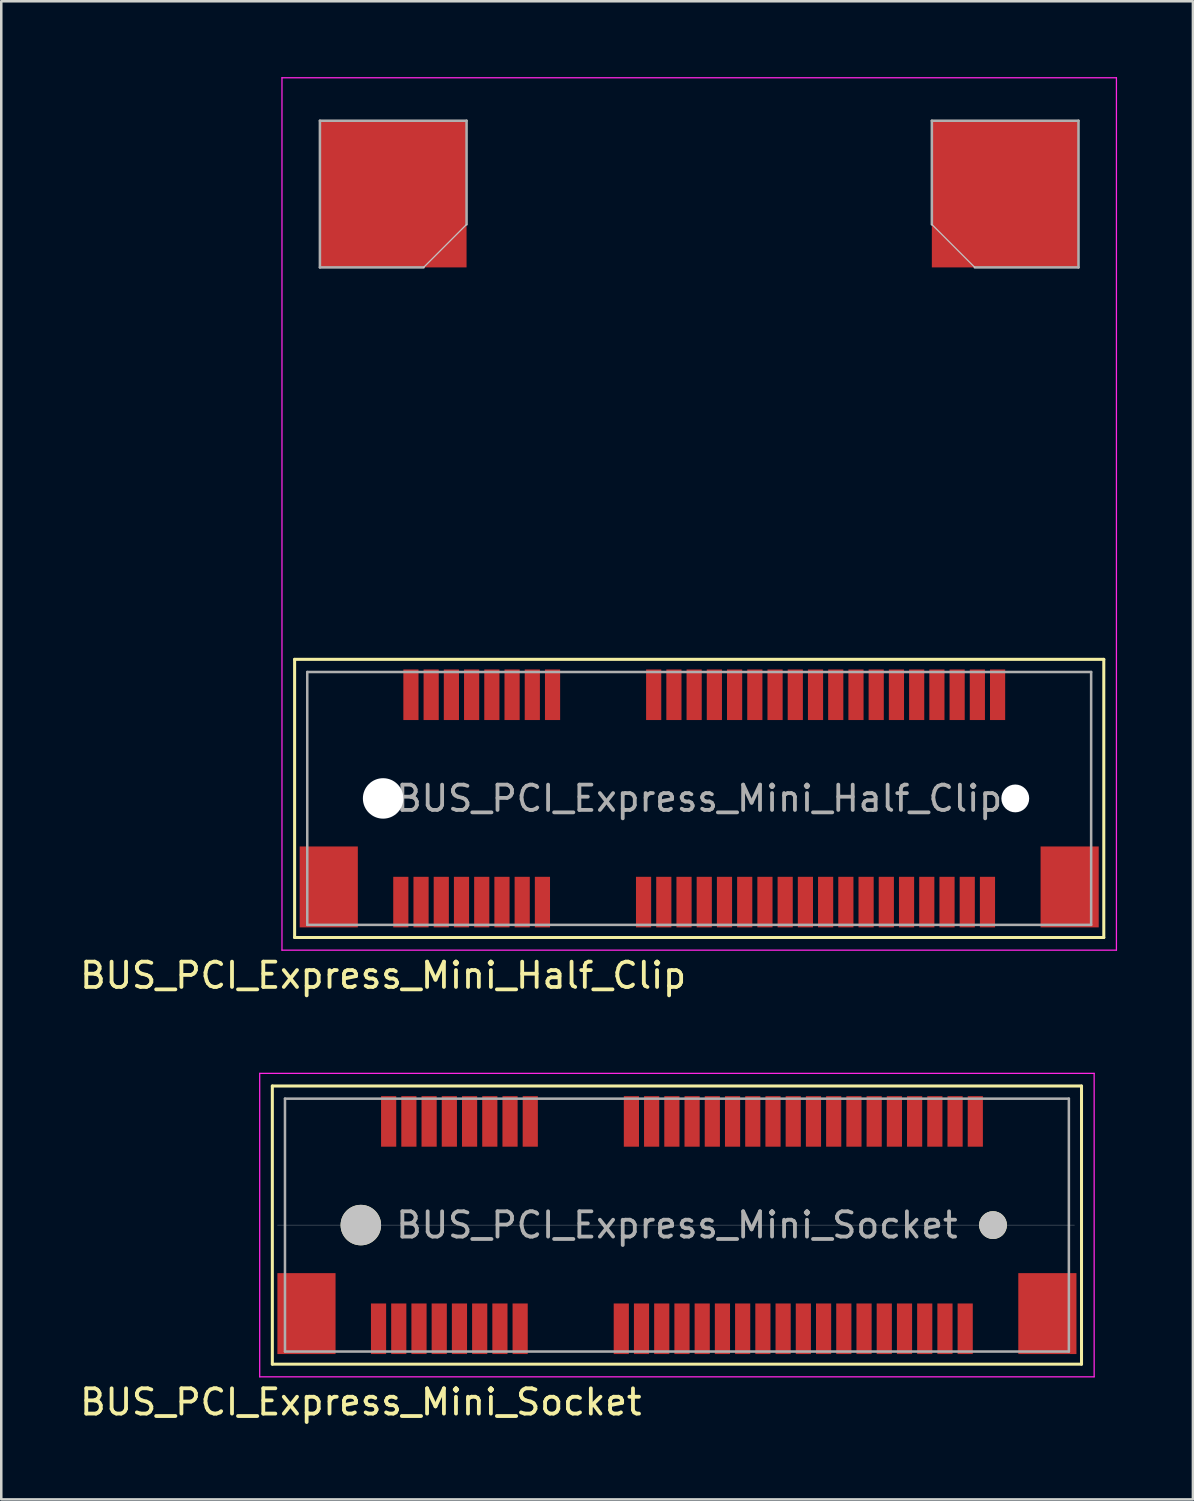
<source format=kicad_pcb>
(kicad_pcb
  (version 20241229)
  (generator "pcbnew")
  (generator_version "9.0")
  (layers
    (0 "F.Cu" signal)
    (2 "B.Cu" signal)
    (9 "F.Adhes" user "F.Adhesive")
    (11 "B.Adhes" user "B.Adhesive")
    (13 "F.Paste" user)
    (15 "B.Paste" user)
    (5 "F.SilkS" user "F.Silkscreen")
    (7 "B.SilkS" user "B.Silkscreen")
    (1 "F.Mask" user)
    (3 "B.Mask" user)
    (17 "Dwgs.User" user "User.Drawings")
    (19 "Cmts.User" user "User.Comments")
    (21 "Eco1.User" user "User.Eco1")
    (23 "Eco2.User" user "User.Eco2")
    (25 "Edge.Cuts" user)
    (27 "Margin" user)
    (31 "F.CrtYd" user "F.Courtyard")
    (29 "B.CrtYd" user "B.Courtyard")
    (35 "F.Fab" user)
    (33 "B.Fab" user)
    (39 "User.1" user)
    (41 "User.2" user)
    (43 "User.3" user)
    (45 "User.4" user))
  (footprint "BUS_PCI_Express_Mini_Socket"
    (layer "F.Cu")
    (at 23.72 45.398)
    (property "Reference" "BUS_PCI_Express_Mini_Socket" (at -12.5 7 180) (layer "F.SilkS") (effects (font (size 1 1) (thickness 0.15))))
    (attr smd)
    (fp_line (start -16 -5.5) (end -16 5.5) (stroke (width 0.12) (type solid)) (layer "F.SilkS"))
    (fp_line (start -16 5.5) (end 16 5.5) (stroke (width 0.12) (type solid)) (layer "F.SilkS"))
    (fp_line (start 16 -5.5) (end -16 -5.5) (stroke (width 0.12) (type solid)) (layer "F.SilkS"))
    (fp_line (start 16 5.5) (end 16 -5.5) (stroke (width 0.12) (type solid)) (layer "F.SilkS"))
    (fp_line (start -15.8 0) (end 15.725 0) (stroke (width 0.01) (type solid)) (layer "Dwgs.User"))
    (fp_line (start -16.5 -6) (end 16.5 -6) (stroke (width 0.05) (type solid)) (layer "F.CrtYd"))
    (fp_line (start -16.5 6) (end -16.5 -6) (stroke (width 0.05) (type solid)) (layer "F.CrtYd"))
    (fp_line (start 16.5 -6) (end 16.5 6) (stroke (width 0.05) (type solid)) (layer "F.CrtYd"))
    (fp_line (start 16.5 6) (end -16.5 6) (stroke (width 0.05) (type solid)) (layer "F.CrtYd"))
    (fp_line (start -15.5 -5) (end -15.5 5) (stroke (width 0.1) (type solid)) (layer "F.Fab"))
    (fp_line (start -15.5 5) (end 15.5 5) (stroke (width 0.1) (type solid)) (layer "F.Fab"))
    (fp_line (start 15.5 -5) (end -15.5 -5) (stroke (width 0.1) (type solid)) (layer "F.Fab"))
    (fp_line (start 15.5 5) (end 15.5 -5) (stroke (width 0.1) (type solid)) (layer "F.Fab"))
    (fp_text user "${REFERENCE}" (at 0 0 0) (layer "F.Fab") (effects (font (size 1 1) (thickness 0.15))))
    (pad "" smd rect (at -14.65 3.5) (size 2.3 3.2) (layers "F.Cu" "F.Mask" "F.Paste"))
    (pad "" connect circle (at -12.5 0) (size 1.6 1.6) (layers "F.SilkS" "Dwgs.User"))
    (pad "" connect circle (at 12.5 0) (size 1.1 1.1) (layers "F.SilkS" "Dwgs.User"))
    (pad "" smd rect (at 14.65 3.5) (size 2.3 3.2) (layers "F.Cu" "F.Mask" "F.Paste"))
    (pad "1" smd rect (at -11.8 4.1) (size 0.6 2) (layers "F.Cu" "F.Mask" "F.Paste"))
    (pad "2" smd rect (at -11.4 -4.1) (size 0.6 2) (layers "F.Cu" "F.Mask" "F.Paste"))
    (pad "3" smd rect (at -11 4.1) (size 0.6 2) (layers "F.Cu" "F.Mask" "F.Paste"))
    (pad "4" smd rect (at -10.6 -4.1) (size 0.6 2) (layers "F.Cu" "F.Mask" "F.Paste"))
    (pad "5" smd rect (at -10.2 4.1) (size 0.6 2) (layers "F.Cu" "F.Mask" "F.Paste"))
    (pad "6" smd rect (at -9.8 -4.1) (size 0.6 2) (layers "F.Cu" "F.Mask" "F.Paste"))
    (pad "7" smd rect (at -9.4 4.1) (size 0.6 2) (layers "F.Cu" "F.Mask" "F.Paste"))
    (pad "8" smd rect (at -9 -4.1) (size 0.6 2) (layers "F.Cu" "F.Mask" "F.Paste"))
    (pad "9" smd rect (at -8.6 4.1) (size 0.6 2) (layers "F.Cu" "F.Mask" "F.Paste"))
    (pad "10" smd rect (at -8.2 -4.1) (size 0.6 2) (layers "F.Cu" "F.Mask" "F.Paste"))
    (pad "11" smd rect (at -7.8 4.1) (size 0.6 2) (layers "F.Cu" "F.Mask" "F.Paste"))
    (pad "12" smd rect (at -7.4 -4.1) (size 0.6 2) (layers "F.Cu" "F.Mask" "F.Paste"))
    (pad "13" smd rect (at -7 4.1) (size 0.6 2) (layers "F.Cu" "F.Mask" "F.Paste"))
    (pad "14" smd rect (at -6.6 -4.1) (size 0.6 2) (layers "F.Cu" "F.Mask" "F.Paste"))
    (pad "15" smd rect (at -6.2 4.1) (size 0.6 2) (layers "F.Cu" "F.Mask" "F.Paste"))
    (pad "16" smd rect (at -5.8 -4.1) (size 0.6 2) (layers "F.Cu" "F.Mask" "F.Paste"))
    (pad "17" smd rect (at -2.2 4.1) (size 0.6 2) (layers "F.Cu" "F.Mask" "F.Paste"))
    (pad "18" smd rect (at -1.8 -4.1) (size 0.6 2) (layers "F.Cu" "F.Mask" "F.Paste"))
    (pad "19" smd rect (at -1.4 4.1) (size 0.6 2) (layers "F.Cu" "F.Mask" "F.Paste"))
    (pad "20" smd rect (at -1 -4.1) (size 0.6 2) (layers "F.Cu" "F.Mask" "F.Paste"))
    (pad "21" smd rect (at -0.6 4.1) (size 0.6 2) (layers "F.Cu" "F.Mask" "F.Paste"))
    (pad "22" smd rect (at -0.2 -4.1) (size 0.6 2) (layers "F.Cu" "F.Mask" "F.Paste"))
    (pad "23" smd rect (at 0.2 4.1) (size 0.6 2) (layers "F.Cu" "F.Mask" "F.Paste"))
    (pad "24" smd rect (at 0.6 -4.1) (size 0.6 2) (layers "F.Cu" "F.Mask" "F.Paste"))
    (pad "25" smd rect (at 1 4.1) (size 0.6 2) (layers "F.Cu" "F.Mask" "F.Paste"))
    (pad "26" smd rect (at 1.4 -4.1) (size 0.6 2) (layers "F.Cu" "F.Mask" "F.Paste"))
    (pad "27" smd rect (at 1.8 4.1) (size 0.6 2) (layers "F.Cu" "F.Mask" "F.Paste"))
    (pad "28" smd rect (at 2.2 -4.1) (size 0.6 2) (layers "F.Cu" "F.Mask" "F.Paste"))
    (pad "29" smd rect (at 2.6 4.1) (size 0.6 2) (layers "F.Cu" "F.Mask" "F.Paste"))
    (pad "30" smd rect (at 3 -4.1) (size 0.6 2) (layers "F.Cu" "F.Mask" "F.Paste"))
    (pad "31" smd rect (at 3.4 4.1) (size 0.6 2) (layers "F.Cu" "F.Mask" "F.Paste"))
    (pad "32" smd rect (at 3.8 -4.1) (size 0.6 2) (layers "F.Cu" "F.Mask" "F.Paste"))
    (pad "33" smd rect (at 4.2 4.1) (size 0.6 2) (layers "F.Cu" "F.Mask" "F.Paste"))
    (pad "34" smd rect (at 4.6 -4.1) (size 0.6 2) (layers "F.Cu" "F.Mask" "F.Paste"))
    (pad "35" smd rect (at 5 4.1) (size 0.6 2) (layers "F.Cu" "F.Mask" "F.Paste"))
    (pad "36" smd rect (at 5.4 -4.1) (size 0.6 2) (layers "F.Cu" "F.Mask" "F.Paste"))
    (pad "37" smd rect (at 5.8 4.1) (size 0.6 2) (layers "F.Cu" "F.Mask" "F.Paste"))
    (pad "38" smd rect (at 6.2 -4.1) (size 0.6 2) (layers "F.Cu" "F.Mask" "F.Paste"))
    (pad "39" smd rect (at 6.6 4.1) (size 0.6 2) (layers "F.Cu" "F.Mask" "F.Paste"))
    (pad "40" smd rect (at 7 -4.1) (size 0.6 2) (layers "F.Cu" "F.Mask" "F.Paste"))
    (pad "41" smd rect (at 7.4 4.1) (size 0.6 2) (layers "F.Cu" "F.Mask" "F.Paste"))
    (pad "42" smd rect (at 7.8 -4.1) (size 0.6 2) (layers "F.Cu" "F.Mask" "F.Paste"))
    (pad "43" smd rect (at 8.2 4.1) (size 0.6 2) (layers "F.Cu" "F.Mask" "F.Paste"))
    (pad "44" smd rect (at 8.6 -4.1) (size 0.6 2) (layers "F.Cu" "F.Mask" "F.Paste"))
    (pad "45" smd rect (at 9 4.1) (size 0.6 2) (layers "F.Cu" "F.Mask" "F.Paste"))
    (pad "46" smd rect (at 9.4 -4.1) (size 0.6 2) (layers "F.Cu" "F.Mask" "F.Paste"))
    (pad "47" smd rect (at 9.8 4.1) (size 0.6 2) (layers "F.Cu" "F.Mask" "F.Paste"))
    (pad "48" smd rect (at 10.2 -4.1) (size 0.6 2) (layers "F.Cu" "F.Mask" "F.Paste"))
    (pad "49" smd rect (at 10.6 4.1) (size 0.6 2) (layers "F.Cu" "F.Mask" "F.Paste"))
    (pad "50" smd rect (at 11 -4.1) (size 0.6 2) (layers "F.Cu" "F.Mask" "F.Paste"))
    (pad "51" smd rect (at 11.4 4.1) (size 0.6 2) (layers "F.Cu" "F.Mask" "F.Paste"))
    (pad "52" smd rect (at 11.8 -4.1) (size 0.6 2) (layers "F.Cu" "F.Mask" "F.Paste")))
  (footprint "BUS_PCI_Express_Mini_Half_Clip"
    (layer "F.Cu")
    (at 24.601 28.525)
    (property "Reference" "BUS_PCI_Express_Mini_Half_Clip" (at -12.5 7 180) (layer "F.SilkS") (effects (font (size 1 1) (thickness 0.15))))
    (attr smd)
    (fp_line (start -16 -5.5) (end -16 5.5) (stroke (width 0.12) (type solid)) (layer "F.SilkS"))
    (fp_line (start -16 5.5) (end 16 5.5) (stroke (width 0.12) (type solid)) (layer "F.SilkS"))
    (fp_line (start 16 -5.5) (end -16 -5.5) (stroke (width 0.12) (type solid)) (layer "F.SilkS"))
    (fp_line (start 16 5.5) (end 16 -5.5) (stroke (width 0.12) (type solid)) (layer "F.SilkS"))
    (fp_line (start -9.2 -22.7) (end -10.9 -21) (stroke (width 0.05) (type solid)) (layer "Dwgs.User"))
    (fp_line (start 9.2 -22.7) (end 10.9 -21) (stroke (width 0.05) (type solid)) (layer "Dwgs.User"))
    (fp_line (start -16.5 -28.5) (end 16.5 -28.5) (stroke (width 0.05) (type solid)) (layer "F.CrtYd"))
    (fp_line (start -16.5 6) (end -16.5 -28.5) (stroke (width 0.05) (type solid)) (layer "F.CrtYd"))
    (fp_line (start 16.5 -28.5) (end 16.5 6) (stroke (width 0.05) (type solid)) (layer "F.CrtYd"))
    (fp_line (start 16.5 6) (end -16.5 6) (stroke (width 0.05) (type solid)) (layer "F.CrtYd"))
    (fp_line (start -15.5 -5) (end -15.5 5) (stroke (width 0.1) (type solid)) (layer "F.Fab"))
    (fp_line (start -15.5 5) (end 15.5 5) (stroke (width 0.1) (type solid)) (layer "F.Fab"))
    (fp_line (start -15 -26.8) (end -15 -21) (stroke (width 0.1) (type solid)) (layer "F.Fab"))
    (fp_line (start -15 -21) (end -10.9 -21) (stroke (width 0.1) (type solid)) (layer "F.Fab"))
    (fp_line (start -9.2 -26.8) (end -15 -26.8) (stroke (width 0.1) (type solid)) (layer "F.Fab"))
    (fp_line (start -9.2 -22.7) (end -9.2 -26.8) (stroke (width 0.1) (type solid)) (layer "F.Fab"))
    (fp_line (start 9.2 -26.8) (end 15 -26.8) (stroke (width 0.1) (type solid)) (layer "F.Fab"))
    (fp_line (start 9.2 -22.7) (end 9.2 -26.8) (stroke (width 0.1) (type solid)) (layer "F.Fab"))
    (fp_line (start 15 -26.8) (end 15 -21) (stroke (width 0.1) (type solid)) (layer "F.Fab"))
    (fp_line (start 15 -21) (end 10.9 -21) (stroke (width 0.1) (type solid)) (layer "F.Fab"))
    (fp_line (start 15.5 -5) (end -15.5 -5) (stroke (width 0.1) (type solid)) (layer "F.Fab"))
    (fp_line (start 15.5 5) (end 15.5 -5) (stroke (width 0.1) (type solid)) (layer "F.Fab"))
    (fp_text user "${REFERENCE}" (at 0 0 0) (layer "F.Fab") (effects (font (size 1 1) (thickness 0.15))))
    (pad "" smd rect (at -14.65 3.5) (size 2.3 3.2) (layers "F.Cu" "F.Mask" "F.Paste"))
    (pad "" np_thru_hole circle (at -12.5 0) (size 1.6 1.6) (drill 1.6) (layers "*.Cu" "*.Mask"))
    (pad "" connect rect (at -12.1 -23.9) (size 5.8 5.8) (layers "F.Cu"))
    (pad "" connect rect (at 12.1 -23.9) (size 5.8 5.8) (layers "F.Cu"))
    (pad "" np_thru_hole circle (at 12.5 0) (size 1.1 1.1) (drill 1.1) (layers "*.Cu" "*.Mask"))
    (pad "" smd rect (at 14.65 3.5) (size 2.3 3.2) (layers "F.Cu" "F.Mask" "F.Paste"))
    (pad "1" smd rect (at -11.8 4.1) (size 0.6 2) (layers "F.Cu" "F.Mask" "F.Paste"))
    (pad "2" smd rect (at -11.4 -4.1) (size 0.6 2) (layers "F.Cu" "F.Mask" "F.Paste"))
    (pad "3" smd rect (at -11 4.1) (size 0.6 2) (layers "F.Cu" "F.Mask" "F.Paste"))
    (pad "4" smd rect (at -10.6 -4.1) (size 0.6 2) (layers "F.Cu" "F.Mask" "F.Paste"))
    (pad "5" smd rect (at -10.2 4.1) (size 0.6 2) (layers "F.Cu" "F.Mask" "F.Paste"))
    (pad "6" smd rect (at -9.8 -4.1) (size 0.6 2) (layers "F.Cu" "F.Mask" "F.Paste"))
    (pad "7" smd rect (at -9.4 4.1) (size 0.6 2) (layers "F.Cu" "F.Mask" "F.Paste"))
    (pad "8" smd rect (at -9 -4.1) (size 0.6 2) (layers "F.Cu" "F.Mask" "F.Paste"))
    (pad "9" smd rect (at -8.6 4.1) (size 0.6 2) (layers "F.Cu" "F.Mask" "F.Paste"))
    (pad "10" smd rect (at -8.2 -4.1) (size 0.6 2) (layers "F.Cu" "F.Mask" "F.Paste"))
    (pad "11" smd rect (at -7.8 4.1) (size 0.6 2) (layers "F.Cu" "F.Mask" "F.Paste"))
    (pad "12" smd rect (at -7.4 -4.1) (size 0.6 2) (layers "F.Cu" "F.Mask" "F.Paste"))
    (pad "13" smd rect (at -7 4.1) (size 0.6 2) (layers "F.Cu" "F.Mask" "F.Paste"))
    (pad "14" smd rect (at -6.6 -4.1) (size 0.6 2) (layers "F.Cu" "F.Mask" "F.Paste"))
    (pad "15" smd rect (at -6.2 4.1) (size 0.6 2) (layers "F.Cu" "F.Mask" "F.Paste"))
    (pad "16" smd rect (at -5.8 -4.1) (size 0.6 2) (layers "F.Cu" "F.Mask" "F.Paste"))
    (pad "17" smd rect (at -2.2 4.1) (size 0.6 2) (layers "F.Cu" "F.Mask" "F.Paste"))
    (pad "18" smd rect (at -1.8 -4.1) (size 0.6 2) (layers "F.Cu" "F.Mask" "F.Paste"))
    (pad "19" smd rect (at -1.4 4.1) (size 0.6 2) (layers "F.Cu" "F.Mask" "F.Paste"))
    (pad "20" smd rect (at -1 -4.1) (size 0.6 2) (layers "F.Cu" "F.Mask" "F.Paste"))
    (pad "21" smd rect (at -0.6 4.1) (size 0.6 2) (layers "F.Cu" "F.Mask" "F.Paste"))
    (pad "22" smd rect (at -0.2 -4.1) (size 0.6 2) (layers "F.Cu" "F.Mask" "F.Paste"))
    (pad "23" smd rect (at 0.2 4.1) (size 0.6 2) (layers "F.Cu" "F.Mask" "F.Paste"))
    (pad "24" smd rect (at 0.6 -4.1) (size 0.6 2) (layers "F.Cu" "F.Mask" "F.Paste"))
    (pad "25" smd rect (at 1 4.1) (size 0.6 2) (layers "F.Cu" "F.Mask" "F.Paste"))
    (pad "26" smd rect (at 1.4 -4.1) (size 0.6 2) (layers "F.Cu" "F.Mask" "F.Paste"))
    (pad "27" smd rect (at 1.8 4.1) (size 0.6 2) (layers "F.Cu" "F.Mask" "F.Paste"))
    (pad "28" smd rect (at 2.2 -4.1) (size 0.6 2) (layers "F.Cu" "F.Mask" "F.Paste"))
    (pad "29" smd rect (at 2.6 4.1) (size 0.6 2) (layers "F.Cu" "F.Mask" "F.Paste"))
    (pad "30" smd rect (at 3 -4.1) (size 0.6 2) (layers "F.Cu" "F.Mask" "F.Paste"))
    (pad "31" smd rect (at 3.4 4.1) (size 0.6 2) (layers "F.Cu" "F.Mask" "F.Paste"))
    (pad "32" smd rect (at 3.8 -4.1) (size 0.6 2) (layers "F.Cu" "F.Mask" "F.Paste"))
    (pad "33" smd rect (at 4.2 4.1) (size 0.6 2) (layers "F.Cu" "F.Mask" "F.Paste"))
    (pad "34" smd rect (at 4.6 -4.1) (size 0.6 2) (layers "F.Cu" "F.Mask" "F.Paste"))
    (pad "35" smd rect (at 5 4.1) (size 0.6 2) (layers "F.Cu" "F.Mask" "F.Paste"))
    (pad "36" smd rect (at 5.4 -4.1) (size 0.6 2) (layers "F.Cu" "F.Mask" "F.Paste"))
    (pad "37" smd rect (at 5.8 4.1) (size 0.6 2) (layers "F.Cu" "F.Mask" "F.Paste"))
    (pad "38" smd rect (at 6.2 -4.1) (size 0.6 2) (layers "F.Cu" "F.Mask" "F.Paste"))
    (pad "39" smd rect (at 6.6 4.1) (size 0.6 2) (layers "F.Cu" "F.Mask" "F.Paste"))
    (pad "40" smd rect (at 7 -4.1) (size 0.6 2) (layers "F.Cu" "F.Mask" "F.Paste"))
    (pad "41" smd rect (at 7.4 4.1) (size 0.6 2) (layers "F.Cu" "F.Mask" "F.Paste"))
    (pad "42" smd rect (at 7.8 -4.1) (size 0.6 2) (layers "F.Cu" "F.Mask" "F.Paste"))
    (pad "43" smd rect (at 8.2 4.1) (size 0.6 2) (layers "F.Cu" "F.Mask" "F.Paste"))
    (pad "44" smd rect (at 8.6 -4.1) (size 0.6 2) (layers "F.Cu" "F.Mask" "F.Paste"))
    (pad "45" smd rect (at 9 4.1) (size 0.6 2) (layers "F.Cu" "F.Mask" "F.Paste"))
    (pad "46" smd rect (at 9.4 -4.1) (size 0.6 2) (layers "F.Cu" "F.Mask" "F.Paste"))
    (pad "47" smd rect (at 9.8 4.1) (size 0.6 2) (layers "F.Cu" "F.Mask" "F.Paste"))
    (pad "48" smd rect (at 10.2 -4.1) (size 0.6 2) (layers "F.Cu" "F.Mask" "F.Paste"))
    (pad "49" smd rect (at 10.6 4.1) (size 0.6 2) (layers "F.Cu" "F.Mask" "F.Paste"))
    (pad "50" smd rect (at 11 -4.1) (size 0.6 2) (layers "F.Cu" "F.Mask" "F.Paste"))
    (pad "51" smd rect (at 11.4 4.1) (size 0.6 2) (layers "F.Cu" "F.Mask" "F.Paste"))
    (pad "52" smd rect (at 11.8 -4.1) (size 0.6 2) (layers "F.Cu" "F.Mask" "F.Paste")))
  (gr_rect
    (start -3 -3)
    (end 44.126 56.246)
    (stroke (width 0.1) (type default))
    (fill no)
    (layer "Edge.Cuts")))
</source>
